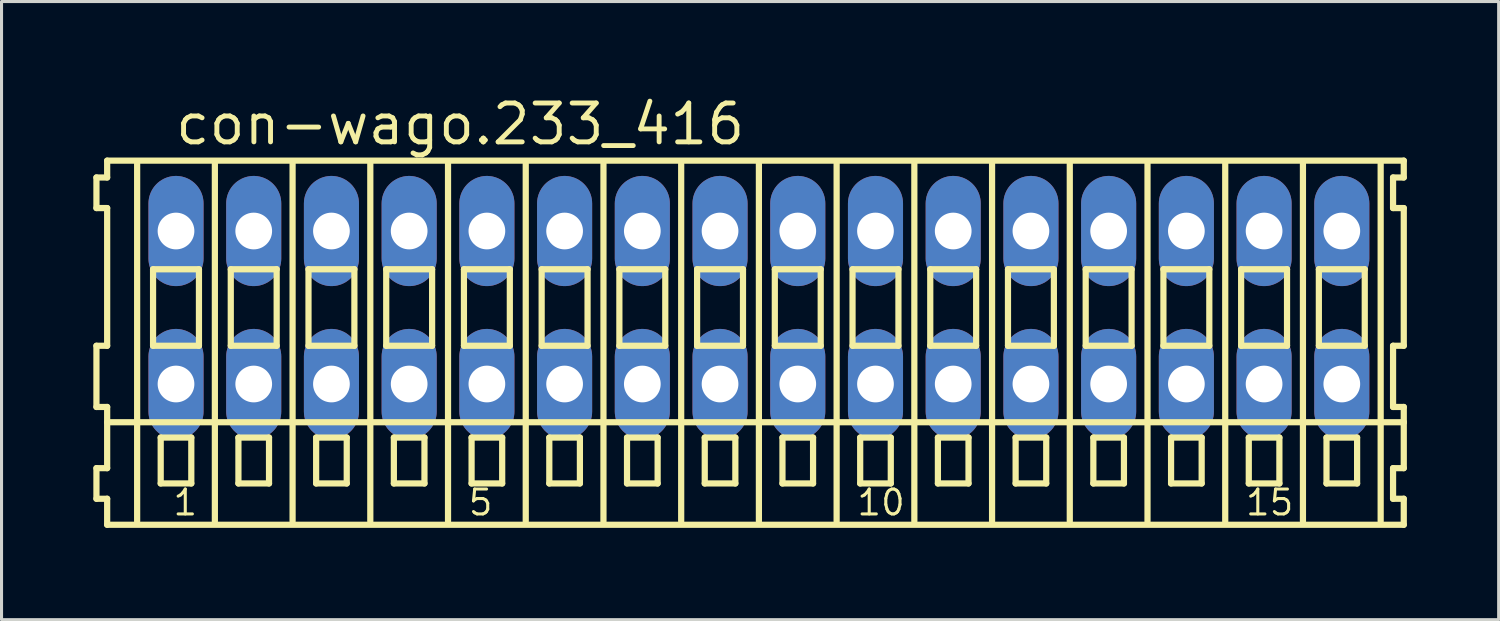
<source format=kicad_pcb>
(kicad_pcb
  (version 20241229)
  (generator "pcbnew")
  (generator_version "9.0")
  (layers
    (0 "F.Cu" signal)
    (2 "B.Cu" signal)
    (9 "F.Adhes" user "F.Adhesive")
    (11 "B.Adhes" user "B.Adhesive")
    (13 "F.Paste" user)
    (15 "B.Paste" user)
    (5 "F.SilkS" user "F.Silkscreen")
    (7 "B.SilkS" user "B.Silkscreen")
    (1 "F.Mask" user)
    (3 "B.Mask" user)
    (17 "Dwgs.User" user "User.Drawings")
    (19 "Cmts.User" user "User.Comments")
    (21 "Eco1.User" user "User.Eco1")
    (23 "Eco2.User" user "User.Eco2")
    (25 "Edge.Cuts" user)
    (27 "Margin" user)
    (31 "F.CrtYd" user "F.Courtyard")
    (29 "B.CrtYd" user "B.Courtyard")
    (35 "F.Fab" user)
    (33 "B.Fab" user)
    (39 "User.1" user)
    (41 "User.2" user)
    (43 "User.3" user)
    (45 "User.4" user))
  (footprint "con-wago.233_416"
    (layer "F.Cu")
    (at 21.752 7)
    (property "Reference" "con-wago.233_416" (at -19.15 -5.25 0) (layer "F.SilkS") (effects (font (size 1.27 1.27) (thickness 0.16)) (justify left bottom)))
    (attr through_hole)
    (fp_line (start -21.65 -4.25) (end -21.65 -3.25) (stroke (width 0.203) (type default)) (layer "F.SilkS"))
    (fp_line (start -21.65 -3.25) (end -21.3 -3.25) (stroke (width 0.203) (type default)) (layer "F.SilkS"))
    (fp_line (start -21.65 1.25) (end -21.65 3.25) (stroke (width 0.203) (type default)) (layer "F.SilkS"))
    (fp_line (start -21.65 3.25) (end -21.3 3.25) (stroke (width 0.203) (type default)) (layer "F.SilkS"))
    (fp_line (start -21.65 5.25) (end -21.65 6.25) (stroke (width 0.203) (type default)) (layer "F.SilkS"))
    (fp_line (start -21.65 6.25) (end -21.3 6.25) (stroke (width 0.203) (type default)) (layer "F.SilkS"))
    (fp_line (start -21.3 -4.8) (end -21.3 -4.25) (stroke (width 0.203) (type default)) (layer "F.SilkS"))
    (fp_line (start -21.3 -4.25) (end -21.65 -4.25) (stroke (width 0.203) (type default)) (layer "F.SilkS"))
    (fp_line (start -21.3 -3.25) (end -21.3 1.25) (stroke (width 0.203) (type default)) (layer "F.SilkS"))
    (fp_line (start -21.3 1.25) (end -21.65 1.25) (stroke (width 0.203) (type default)) (layer "F.SilkS"))
    (fp_line (start -21.3 3.25) (end -21.3 5.25) (stroke (width 0.203) (type default)) (layer "F.SilkS"))
    (fp_line (start -21.3 3.75) (end 21.075 3.75) (stroke (width 0.203) (type default)) (layer "F.SilkS"))
    (fp_line (start -21.3 5.25) (end -21.65 5.25) (stroke (width 0.203) (type default)) (layer "F.SilkS"))
    (fp_line (start -21.3 6.25) (end -21.3 7.1) (stroke (width 0.203) (type default)) (layer "F.SilkS"))
    (fp_line (start -21.3 7.1) (end 21.075 7.1) (stroke (width 0.203) (type default)) (layer "F.SilkS"))
    (fp_line (start -20.32 6.985) (end -20.32 -4.699) (stroke (width 0.203) (type default)) (layer "F.SilkS"))
    (fp_line (start -19.8 -1.25) (end -19.8 1.25) (stroke (width 0.203) (type default)) (layer "F.SilkS"))
    (fp_line (start -19.8 1.25) (end -18.3 1.25) (stroke (width 0.203) (type default)) (layer "F.SilkS"))
    (fp_line (start -19.55 4.25) (end -19.55 5.75) (stroke (width 0.203) (type default)) (layer "F.SilkS"))
    (fp_line (start -19.55 5.75) (end -18.55 5.75) (stroke (width 0.203) (type default)) (layer "F.SilkS"))
    (fp_line (start -18.55 4.25) (end -19.55 4.25) (stroke (width 0.203) (type default)) (layer "F.SilkS"))
    (fp_line (start -18.55 5.75) (end -18.55 4.25) (stroke (width 0.203) (type default)) (layer "F.SilkS"))
    (fp_line (start -18.3 -1.25) (end -19.8 -1.25) (stroke (width 0.203) (type default)) (layer "F.SilkS"))
    (fp_line (start -18.3 1.25) (end -18.3 -1.25) (stroke (width 0.203) (type default)) (layer "F.SilkS"))
    (fp_line (start -17.78 6.985) (end -17.78 -4.699) (stroke (width 0.203) (type default)) (layer "F.SilkS"))
    (fp_line (start -17.26 -1.25) (end -17.26 1.25) (stroke (width 0.203) (type default)) (layer "F.SilkS"))
    (fp_line (start -17.26 1.25) (end -15.76 1.25) (stroke (width 0.203) (type default)) (layer "F.SilkS"))
    (fp_line (start -17.01 4.25) (end -17.01 5.75) (stroke (width 0.203) (type default)) (layer "F.SilkS"))
    (fp_line (start -17.01 5.75) (end -16.01 5.75) (stroke (width 0.203) (type default)) (layer "F.SilkS"))
    (fp_line (start -16.01 4.25) (end -17.01 4.25) (stroke (width 0.203) (type default)) (layer "F.SilkS"))
    (fp_line (start -16.01 5.75) (end -16.01 4.25) (stroke (width 0.203) (type default)) (layer "F.SilkS"))
    (fp_line (start -15.76 -1.25) (end -17.26 -1.25) (stroke (width 0.203) (type default)) (layer "F.SilkS"))
    (fp_line (start -15.76 1.25) (end -15.76 -1.25) (stroke (width 0.203) (type default)) (layer "F.SilkS"))
    (fp_line (start -15.24 6.985) (end -15.24 -4.699) (stroke (width 0.203) (type default)) (layer "F.SilkS"))
    (fp_line (start -14.72 -1.25) (end -14.72 1.25) (stroke (width 0.203) (type default)) (layer "F.SilkS"))
    (fp_line (start -14.72 1.25) (end -13.22 1.25) (stroke (width 0.203) (type default)) (layer "F.SilkS"))
    (fp_line (start -14.47 4.25) (end -14.47 5.75) (stroke (width 0.203) (type default)) (layer "F.SilkS"))
    (fp_line (start -14.47 5.75) (end -13.47 5.75) (stroke (width 0.203) (type default)) (layer "F.SilkS"))
    (fp_line (start -13.47 4.25) (end -14.47 4.25) (stroke (width 0.203) (type default)) (layer "F.SilkS"))
    (fp_line (start -13.47 5.75) (end -13.47 4.25) (stroke (width 0.203) (type default)) (layer "F.SilkS"))
    (fp_line (start -13.22 -1.25) (end -14.72 -1.25) (stroke (width 0.203) (type default)) (layer "F.SilkS"))
    (fp_line (start -13.22 1.25) (end -13.22 -1.25) (stroke (width 0.203) (type default)) (layer "F.SilkS"))
    (fp_line (start -12.7 6.985) (end -12.7 -4.699) (stroke (width 0.203) (type default)) (layer "F.SilkS"))
    (fp_line (start -12.18 -1.25) (end -12.18 1.25) (stroke (width 0.203) (type default)) (layer "F.SilkS"))
    (fp_line (start -12.18 1.25) (end -10.68 1.25) (stroke (width 0.203) (type default)) (layer "F.SilkS"))
    (fp_line (start -11.93 4.25) (end -11.93 5.75) (stroke (width 0.203) (type default)) (layer "F.SilkS"))
    (fp_line (start -11.93 5.75) (end -10.93 5.75) (stroke (width 0.203) (type default)) (layer "F.SilkS"))
    (fp_line (start -10.93 4.25) (end -11.93 4.25) (stroke (width 0.203) (type default)) (layer "F.SilkS"))
    (fp_line (start -10.93 5.75) (end -10.93 4.25) (stroke (width 0.203) (type default)) (layer "F.SilkS"))
    (fp_line (start -10.68 -1.25) (end -12.18 -1.25) (stroke (width 0.203) (type default)) (layer "F.SilkS"))
    (fp_line (start -10.68 1.25) (end -10.68 -1.25) (stroke (width 0.203) (type default)) (layer "F.SilkS"))
    (fp_line (start -10.16 6.985) (end -10.16 -4.699) (stroke (width 0.203) (type default)) (layer "F.SilkS"))
    (fp_line (start -9.64 -1.25) (end -9.64 1.25) (stroke (width 0.203) (type default)) (layer "F.SilkS"))
    (fp_line (start -9.64 1.25) (end -8.14 1.25) (stroke (width 0.203) (type default)) (layer "F.SilkS"))
    (fp_line (start -9.39 4.25) (end -9.39 5.75) (stroke (width 0.203) (type default)) (layer "F.SilkS"))
    (fp_line (start -9.39 5.75) (end -8.39 5.75) (stroke (width 0.203) (type default)) (layer "F.SilkS"))
    (fp_line (start -8.39 4.25) (end -9.39 4.25) (stroke (width 0.203) (type default)) (layer "F.SilkS"))
    (fp_line (start -8.39 5.75) (end -8.39 4.25) (stroke (width 0.203) (type default)) (layer "F.SilkS"))
    (fp_line (start -8.14 -1.25) (end -9.64 -1.25) (stroke (width 0.203) (type default)) (layer "F.SilkS"))
    (fp_line (start -8.14 1.25) (end -8.14 -1.25) (stroke (width 0.203) (type default)) (layer "F.SilkS"))
    (fp_line (start -7.62 6.985) (end -7.62 -4.699) (stroke (width 0.203) (type default)) (layer "F.SilkS"))
    (fp_line (start -7.1 -1.25) (end -7.1 1.25) (stroke (width 0.203) (type default)) (layer "F.SilkS"))
    (fp_line (start -7.1 1.25) (end -5.6 1.25) (stroke (width 0.203) (type default)) (layer "F.SilkS"))
    (fp_line (start -6.85 4.25) (end -6.85 5.75) (stroke (width 0.203) (type default)) (layer "F.SilkS"))
    (fp_line (start -6.85 5.75) (end -5.85 5.75) (stroke (width 0.203) (type default)) (layer "F.SilkS"))
    (fp_line (start -5.85 4.25) (end -6.85 4.25) (stroke (width 0.203) (type default)) (layer "F.SilkS"))
    (fp_line (start -5.85 5.75) (end -5.85 4.25) (stroke (width 0.203) (type default)) (layer "F.SilkS"))
    (fp_line (start -5.6 -1.25) (end -7.1 -1.25) (stroke (width 0.203) (type default)) (layer "F.SilkS"))
    (fp_line (start -5.6 1.25) (end -5.6 -1.25) (stroke (width 0.203) (type default)) (layer "F.SilkS"))
    (fp_line (start -5.08 6.985) (end -5.08 -4.699) (stroke (width 0.203) (type default)) (layer "F.SilkS"))
    (fp_line (start -4.56 -1.25) (end -4.56 1.25) (stroke (width 0.203) (type default)) (layer "F.SilkS"))
    (fp_line (start -4.56 1.25) (end -3.06 1.25) (stroke (width 0.203) (type default)) (layer "F.SilkS"))
    (fp_line (start -4.31 4.25) (end -4.31 5.75) (stroke (width 0.203) (type default)) (layer "F.SilkS"))
    (fp_line (start -4.31 5.75) (end -3.31 5.75) (stroke (width 0.203) (type default)) (layer "F.SilkS"))
    (fp_line (start -3.31 4.25) (end -4.31 4.25) (stroke (width 0.203) (type default)) (layer "F.SilkS"))
    (fp_line (start -3.31 5.75) (end -3.31 4.25) (stroke (width 0.203) (type default)) (layer "F.SilkS"))
    (fp_line (start -3.06 -1.25) (end -4.56 -1.25) (stroke (width 0.203) (type default)) (layer "F.SilkS"))
    (fp_line (start -3.06 1.25) (end -3.06 -1.25) (stroke (width 0.203) (type default)) (layer "F.SilkS"))
    (fp_line (start -2.54 6.985) (end -2.54 -4.699) (stroke (width 0.203) (type default)) (layer "F.SilkS"))
    (fp_line (start -2.02 -1.25) (end -2.02 1.25) (stroke (width 0.203) (type default)) (layer "F.SilkS"))
    (fp_line (start -2.02 1.25) (end -0.52 1.25) (stroke (width 0.203) (type default)) (layer "F.SilkS"))
    (fp_line (start -1.77 4.25) (end -1.77 5.75) (stroke (width 0.203) (type default)) (layer "F.SilkS"))
    (fp_line (start -1.77 5.75) (end -0.77 5.75) (stroke (width 0.203) (type default)) (layer "F.SilkS"))
    (fp_line (start -0.77 4.25) (end -1.77 4.25) (stroke (width 0.203) (type default)) (layer "F.SilkS"))
    (fp_line (start -0.77 5.75) (end -0.77 4.25) (stroke (width 0.203) (type default)) (layer "F.SilkS"))
    (fp_line (start -0.52 -1.25) (end -2.02 -1.25) (stroke (width 0.203) (type default)) (layer "F.SilkS"))
    (fp_line (start -0.52 1.25) (end -0.52 -1.25) (stroke (width 0.203) (type default)) (layer "F.SilkS"))
    (fp_line (start 0 6.985) (end 0 -4.699) (stroke (width 0.203) (type default)) (layer "F.SilkS"))
    (fp_line (start 0.52 -1.25) (end 0.52 1.25) (stroke (width 0.203) (type default)) (layer "F.SilkS"))
    (fp_line (start 0.52 1.25) (end 2.02 1.25) (stroke (width 0.203) (type default)) (layer "F.SilkS"))
    (fp_line (start 0.77 4.25) (end 0.77 5.75) (stroke (width 0.203) (type default)) (layer "F.SilkS"))
    (fp_line (start 0.77 5.75) (end 1.77 5.75) (stroke (width 0.203) (type default)) (layer "F.SilkS"))
    (fp_line (start 1.77 4.25) (end 0.77 4.25) (stroke (width 0.203) (type default)) (layer "F.SilkS"))
    (fp_line (start 1.77 5.75) (end 1.77 4.25) (stroke (width 0.203) (type default)) (layer "F.SilkS"))
    (fp_line (start 2.02 -1.25) (end 0.52 -1.25) (stroke (width 0.203) (type default)) (layer "F.SilkS"))
    (fp_line (start 2.02 1.25) (end 2.02 -1.25) (stroke (width 0.203) (type default)) (layer "F.SilkS"))
    (fp_line (start 2.54 6.985) (end 2.54 -4.699) (stroke (width 0.203) (type default)) (layer "F.SilkS"))
    (fp_line (start 3.06 -1.25) (end 3.06 1.25) (stroke (width 0.203) (type default)) (layer "F.SilkS"))
    (fp_line (start 3.06 1.25) (end 4.56 1.25) (stroke (width 0.203) (type default)) (layer "F.SilkS"))
    (fp_line (start 3.31 4.25) (end 3.31 5.75) (stroke (width 0.203) (type default)) (layer "F.SilkS"))
    (fp_line (start 3.31 5.75) (end 4.31 5.75) (stroke (width 0.203) (type default)) (layer "F.SilkS"))
    (fp_line (start 4.31 4.25) (end 3.31 4.25) (stroke (width 0.203) (type default)) (layer "F.SilkS"))
    (fp_line (start 4.31 5.75) (end 4.31 4.25) (stroke (width 0.203) (type default)) (layer "F.SilkS"))
    (fp_line (start 4.56 -1.25) (end 3.06 -1.25) (stroke (width 0.203) (type default)) (layer "F.SilkS"))
    (fp_line (start 4.56 1.25) (end 4.56 -1.25) (stroke (width 0.203) (type default)) (layer "F.SilkS"))
    (fp_line (start 5.08 6.985) (end 5.08 -4.699) (stroke (width 0.203) (type default)) (layer "F.SilkS"))
    (fp_line (start 5.6 -1.25) (end 5.6 1.25) (stroke (width 0.203) (type default)) (layer "F.SilkS"))
    (fp_line (start 5.6 1.25) (end 7.1 1.25) (stroke (width 0.203) (type default)) (layer "F.SilkS"))
    (fp_line (start 5.85 4.25) (end 5.85 5.75) (stroke (width 0.203) (type default)) (layer "F.SilkS"))
    (fp_line (start 5.85 5.75) (end 6.85 5.75) (stroke (width 0.203) (type default)) (layer "F.SilkS"))
    (fp_line (start 6.85 4.25) (end 5.85 4.25) (stroke (width 0.203) (type default)) (layer "F.SilkS"))
    (fp_line (start 6.85 5.75) (end 6.85 4.25) (stroke (width 0.203) (type default)) (layer "F.SilkS"))
    (fp_line (start 7.1 -1.25) (end 5.6 -1.25) (stroke (width 0.203) (type default)) (layer "F.SilkS"))
    (fp_line (start 7.1 1.25) (end 7.1 -1.25) (stroke (width 0.203) (type default)) (layer "F.SilkS"))
    (fp_line (start 7.62 6.985) (end 7.62 -4.699) (stroke (width 0.203) (type default)) (layer "F.SilkS"))
    (fp_line (start 8.14 -1.25) (end 8.14 1.25) (stroke (width 0.203) (type default)) (layer "F.SilkS"))
    (fp_line (start 8.14 1.25) (end 9.64 1.25) (stroke (width 0.203) (type default)) (layer "F.SilkS"))
    (fp_line (start 8.39 4.25) (end 8.39 5.75) (stroke (width 0.203) (type default)) (layer "F.SilkS"))
    (fp_line (start 8.39 5.75) (end 9.39 5.75) (stroke (width 0.203) (type default)) (layer "F.SilkS"))
    (fp_line (start 9.39 4.25) (end 8.39 4.25) (stroke (width 0.203) (type default)) (layer "F.SilkS"))
    (fp_line (start 9.39 5.75) (end 9.39 4.25) (stroke (width 0.203) (type default)) (layer "F.SilkS"))
    (fp_line (start 9.64 -1.25) (end 8.14 -1.25) (stroke (width 0.203) (type default)) (layer "F.SilkS"))
    (fp_line (start 9.64 1.25) (end 9.64 -1.25) (stroke (width 0.203) (type default)) (layer "F.SilkS"))
    (fp_line (start 10.16 6.985) (end 10.16 -4.699) (stroke (width 0.203) (type default)) (layer "F.SilkS"))
    (fp_line (start 10.68 -1.25) (end 10.68 1.25) (stroke (width 0.203) (type default)) (layer "F.SilkS"))
    (fp_line (start 10.68 1.25) (end 12.18 1.25) (stroke (width 0.203) (type default)) (layer "F.SilkS"))
    (fp_line (start 10.93 4.25) (end 10.93 5.75) (stroke (width 0.203) (type default)) (layer "F.SilkS"))
    (fp_line (start 10.93 5.75) (end 11.93 5.75) (stroke (width 0.203) (type default)) (layer "F.SilkS"))
    (fp_line (start 11.93 4.25) (end 10.93 4.25) (stroke (width 0.203) (type default)) (layer "F.SilkS"))
    (fp_line (start 11.93 5.75) (end 11.93 4.25) (stroke (width 0.203) (type default)) (layer "F.SilkS"))
    (fp_line (start 12.18 -1.25) (end 10.68 -1.25) (stroke (width 0.203) (type default)) (layer "F.SilkS"))
    (fp_line (start 12.18 1.25) (end 12.18 -1.25) (stroke (width 0.203) (type default)) (layer "F.SilkS"))
    (fp_line (start 12.7 6.985) (end 12.7 -4.699) (stroke (width 0.203) (type default)) (layer "F.SilkS"))
    (fp_line (start 13.22 -1.25) (end 13.22 1.25) (stroke (width 0.203) (type default)) (layer "F.SilkS"))
    (fp_line (start 13.22 1.25) (end 14.72 1.25) (stroke (width 0.203) (type default)) (layer "F.SilkS"))
    (fp_line (start 13.47 4.25) (end 13.47 5.75) (stroke (width 0.203) (type default)) (layer "F.SilkS"))
    (fp_line (start 13.47 5.75) (end 14.47 5.75) (stroke (width 0.203) (type default)) (layer "F.SilkS"))
    (fp_line (start 14.47 4.25) (end 13.47 4.25) (stroke (width 0.203) (type default)) (layer "F.SilkS"))
    (fp_line (start 14.47 5.75) (end 14.47 4.25) (stroke (width 0.203) (type default)) (layer "F.SilkS"))
    (fp_line (start 14.72 -1.25) (end 13.22 -1.25) (stroke (width 0.203) (type default)) (layer "F.SilkS"))
    (fp_line (start 14.72 1.25) (end 14.72 -1.25) (stroke (width 0.203) (type default)) (layer "F.SilkS"))
    (fp_line (start 15.24 6.985) (end 15.24 -4.699) (stroke (width 0.203) (type default)) (layer "F.SilkS"))
    (fp_line (start 15.76 -1.25) (end 15.76 1.25) (stroke (width 0.203) (type default)) (layer "F.SilkS"))
    (fp_line (start 15.76 1.25) (end 17.26 1.25) (stroke (width 0.203) (type default)) (layer "F.SilkS"))
    (fp_line (start 16.01 4.25) (end 16.01 5.75) (stroke (width 0.203) (type default)) (layer "F.SilkS"))
    (fp_line (start 16.01 5.75) (end 17.01 5.75) (stroke (width 0.203) (type default)) (layer "F.SilkS"))
    (fp_line (start 17.01 4.25) (end 16.01 4.25) (stroke (width 0.203) (type default)) (layer "F.SilkS"))
    (fp_line (start 17.01 5.75) (end 17.01 4.25) (stroke (width 0.203) (type default)) (layer "F.SilkS"))
    (fp_line (start 17.26 -1.25) (end 15.76 -1.25) (stroke (width 0.203) (type default)) (layer "F.SilkS"))
    (fp_line (start 17.26 1.25) (end 17.26 -1.25) (stroke (width 0.203) (type default)) (layer "F.SilkS"))
    (fp_line (start 17.78 6.985) (end 17.78 -4.699) (stroke (width 0.203) (type default)) (layer "F.SilkS"))
    (fp_line (start 18.3 -1.25) (end 18.3 1.25) (stroke (width 0.203) (type default)) (layer "F.SilkS"))
    (fp_line (start 18.3 1.25) (end 19.8 1.25) (stroke (width 0.203) (type default)) (layer "F.SilkS"))
    (fp_line (start 18.55 4.25) (end 18.55 5.75) (stroke (width 0.203) (type default)) (layer "F.SilkS"))
    (fp_line (start 18.55 5.75) (end 19.55 5.75) (stroke (width 0.203) (type default)) (layer "F.SilkS"))
    (fp_line (start 19.55 4.25) (end 18.55 4.25) (stroke (width 0.203) (type default)) (layer "F.SilkS"))
    (fp_line (start 19.55 5.75) (end 19.55 4.25) (stroke (width 0.203) (type default)) (layer "F.SilkS"))
    (fp_line (start 19.8 -1.25) (end 18.3 -1.25) (stroke (width 0.203) (type default)) (layer "F.SilkS"))
    (fp_line (start 19.8 1.25) (end 19.8 -1.25) (stroke (width 0.203) (type default)) (layer "F.SilkS"))
    (fp_line (start 20.32 6.985) (end 20.32 -4.699) (stroke (width 0.203) (type default)) (layer "F.SilkS"))
    (fp_line (start 20.725 -4.25) (end 20.725 -3.25) (stroke (width 0.203) (type default)) (layer "F.SilkS"))
    (fp_line (start 20.725 -3.25) (end 21.075 -3.25) (stroke (width 0.203) (type default)) (layer "F.SilkS"))
    (fp_line (start 20.725 1.25) (end 20.725 3.25) (stroke (width 0.203) (type default)) (layer "F.SilkS"))
    (fp_line (start 20.725 3.25) (end 21.075 3.25) (stroke (width 0.203) (type default)) (layer "F.SilkS"))
    (fp_line (start 20.725 5.25) (end 20.725 6.25) (stroke (width 0.203) (type default)) (layer "F.SilkS"))
    (fp_line (start 20.725 6.25) (end 21.075 6.25) (stroke (width 0.203) (type default)) (layer "F.SilkS"))
    (fp_line (start 21.075 -4.8) (end -21.3 -4.8) (stroke (width 0.203) (type default)) (layer "F.SilkS"))
    (fp_line (start 21.075 -4.25) (end 20.725 -4.25) (stroke (width 0.203) (type default)) (layer "F.SilkS"))
    (fp_line (start 21.075 -4.25) (end 21.075 -4.8) (stroke (width 0.203) (type default)) (layer "F.SilkS"))
    (fp_line (start 21.075 1.25) (end 20.725 1.25) (stroke (width 0.203) (type default)) (layer "F.SilkS"))
    (fp_line (start 21.075 1.25) (end 21.075 -3.25) (stroke (width 0.203) (type default)) (layer "F.SilkS"))
    (fp_line (start 21.075 3.75) (end 21.075 3.25) (stroke (width 0.203) (type default)) (layer "F.SilkS"))
    (fp_line (start 21.075 5.25) (end 20.725 5.25) (stroke (width 0.203) (type default)) (layer "F.SilkS"))
    (fp_line (start 21.075 5.25) (end 21.075 3.75) (stroke (width 0.203) (type default)) (layer "F.SilkS"))
    (fp_line (start 21.075 7.1) (end 21.075 6.25) (stroke (width 0.203) (type default)) (layer "F.SilkS"))
    (fp_text user "1" (at -19.2 6.85 0) (layer "F.SilkS") (effects (font (size 0.813 0.813) (thickness 0.1)) (justify left bottom)))
    (fp_text user "15" (at 15.852 6.85 0) (layer "F.SilkS") (effects (font (size 0.813 0.813) (thickness 0.1)) (justify left bottom)))
    (fp_text user "10" (at 3.152 6.85 0) (layer "F.SilkS") (effects (font (size 0.813 0.813) (thickness 0.1)) (justify left bottom)))
    (fp_text user "5" (at -9.548 6.85 0) (layer "F.SilkS") (effects (font (size 0.813 0.813) (thickness 0.1)) (justify left bottom)))
    (pad "A1" thru_hole oval (at -19.05 -2.5 90) (size 3.6 1.8) (drill 1.2) (layers "*.Cu" "*.Mask"))
    (pad "A2" thru_hole oval (at -16.51 -2.5 90) (size 3.6 1.8) (drill 1.2) (layers "*.Cu" "*.Mask"))
    (pad "A3" thru_hole oval (at -13.97 -2.5 90) (size 3.6 1.8) (drill 1.2) (layers "*.Cu" "*.Mask"))
    (pad "A4" thru_hole oval (at -11.43 -2.5 90) (size 3.6 1.8) (drill 1.2) (layers "*.Cu" "*.Mask"))
    (pad "A5" thru_hole oval (at -8.89 -2.5 90) (size 3.6 1.8) (drill 1.2) (layers "*.Cu" "*.Mask"))
    (pad "A6" thru_hole oval (at -6.35 -2.5 90) (size 3.6 1.8) (drill 1.2) (layers "*.Cu" "*.Mask"))
    (pad "A7" thru_hole oval (at -3.81 -2.5 90) (size 3.6 1.8) (drill 1.2) (layers "*.Cu" "*.Mask"))
    (pad "A8" thru_hole oval (at -1.27 -2.5 90) (size 3.6 1.8) (drill 1.2) (layers "*.Cu" "*.Mask"))
    (pad "A9" thru_hole oval (at 1.27 -2.5 90) (size 3.6 1.8) (drill 1.2) (layers "*.Cu" "*.Mask"))
    (pad "A10" thru_hole oval (at 3.81 -2.5 90) (size 3.6 1.8) (drill 1.2) (layers "*.Cu" "*.Mask"))
    (pad "A11" thru_hole oval (at 6.35 -2.5 90) (size 3.6 1.8) (drill 1.2) (layers "*.Cu" "*.Mask"))
    (pad "A12" thru_hole oval (at 8.89 -2.5 90) (size 3.6 1.8) (drill 1.2) (layers "*.Cu" "*.Mask"))
    (pad "A13" thru_hole oval (at 11.43 -2.5 90) (size 3.6 1.8) (drill 1.2) (layers "*.Cu" "*.Mask"))
    (pad "A14" thru_hole oval (at 13.97 -2.5 90) (size 3.6 1.8) (drill 1.2) (layers "*.Cu" "*.Mask"))
    (pad "A15" thru_hole oval (at 16.51 -2.5 90) (size 3.6 1.8) (drill 1.2) (layers "*.Cu" "*.Mask"))
    (pad "A16" thru_hole oval (at 19.05 -2.5 90) (size 3.6 1.8) (drill 1.2) (layers "*.Cu" "*.Mask"))
    (pad "B1" thru_hole oval (at -19.05 2.5 90) (size 3.6 1.8) (drill 1.2) (layers "*.Cu" "*.Mask"))
    (pad "B2" thru_hole oval (at -16.51 2.5 90) (size 3.6 1.8) (drill 1.2) (layers "*.Cu" "*.Mask"))
    (pad "B3" thru_hole oval (at -13.97 2.5 90) (size 3.6 1.8) (drill 1.2) (layers "*.Cu" "*.Mask"))
    (pad "B4" thru_hole oval (at -11.43 2.5 90) (size 3.6 1.8) (drill 1.2) (layers "*.Cu" "*.Mask"))
    (pad "B5" thru_hole oval (at -8.89 2.5 90) (size 3.6 1.8) (drill 1.2) (layers "*.Cu" "*.Mask"))
    (pad "B6" thru_hole oval (at -6.35 2.5 90) (size 3.6 1.8) (drill 1.2) (layers "*.Cu" "*.Mask"))
    (pad "B7" thru_hole oval (at -3.81 2.5 90) (size 3.6 1.8) (drill 1.2) (layers "*.Cu" "*.Mask"))
    (pad "B8" thru_hole oval (at -1.27 2.5 90) (size 3.6 1.8) (drill 1.2) (layers "*.Cu" "*.Mask"))
    (pad "B9" thru_hole oval (at 1.27 2.5 90) (size 3.6 1.8) (drill 1.2) (layers "*.Cu" "*.Mask"))
    (pad "B10" thru_hole oval (at 3.81 2.5 90) (size 3.6 1.8) (drill 1.2) (layers "*.Cu" "*.Mask"))
    (pad "B11" thru_hole oval (at 6.35 2.5 90) (size 3.6 1.8) (drill 1.2) (layers "*.Cu" "*.Mask"))
    (pad "B12" thru_hole oval (at 8.89 2.5 90) (size 3.6 1.8) (drill 1.2) (layers "*.Cu" "*.Mask"))
    (pad "B13" thru_hole oval (at 11.43 2.5 90) (size 3.6 1.8) (drill 1.2) (layers "*.Cu" "*.Mask"))
    (pad "B14" thru_hole oval (at 13.97 2.5 90) (size 3.6 1.8) (drill 1.2) (layers "*.Cu" "*.Mask"))
    (pad "B15" thru_hole oval (at 16.51 2.5 90) (size 3.6 1.8) (drill 1.2) (layers "*.Cu" "*.Mask"))
    (pad "B16" thru_hole oval (at 19.05 2.5 90) (size 3.6 1.8) (drill 1.2) (layers "*.Cu" "*.Mask")))
  (gr_rect
    (start -3 -3)
    (end 45.928 17.202)
    (stroke (width 0.1) (type default))
    (fill no)
    (layer "Edge.Cuts")))
</source>
